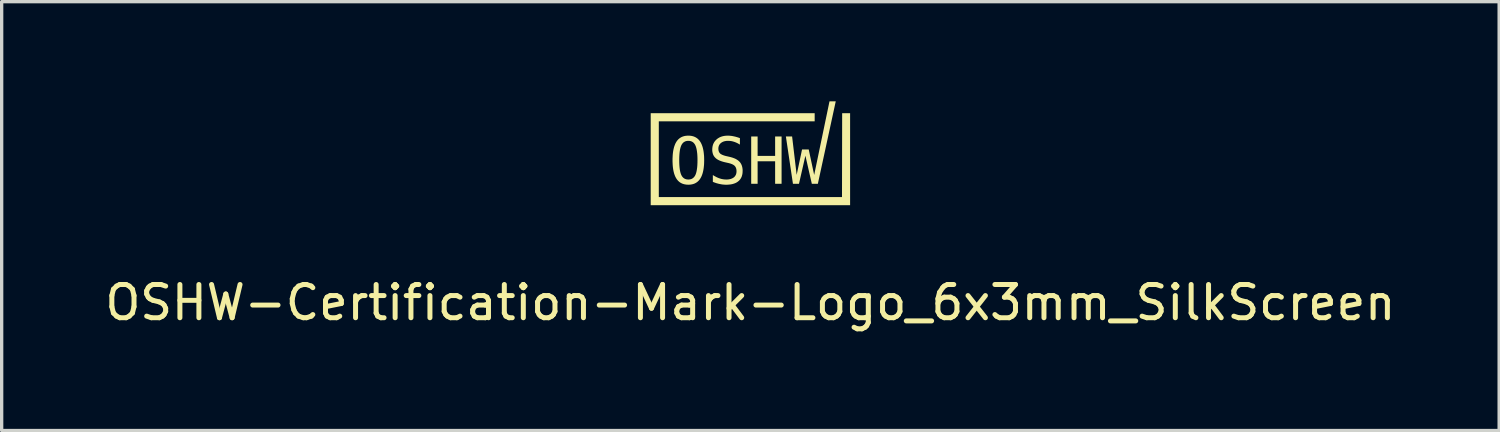
<source format=kicad_pcb>
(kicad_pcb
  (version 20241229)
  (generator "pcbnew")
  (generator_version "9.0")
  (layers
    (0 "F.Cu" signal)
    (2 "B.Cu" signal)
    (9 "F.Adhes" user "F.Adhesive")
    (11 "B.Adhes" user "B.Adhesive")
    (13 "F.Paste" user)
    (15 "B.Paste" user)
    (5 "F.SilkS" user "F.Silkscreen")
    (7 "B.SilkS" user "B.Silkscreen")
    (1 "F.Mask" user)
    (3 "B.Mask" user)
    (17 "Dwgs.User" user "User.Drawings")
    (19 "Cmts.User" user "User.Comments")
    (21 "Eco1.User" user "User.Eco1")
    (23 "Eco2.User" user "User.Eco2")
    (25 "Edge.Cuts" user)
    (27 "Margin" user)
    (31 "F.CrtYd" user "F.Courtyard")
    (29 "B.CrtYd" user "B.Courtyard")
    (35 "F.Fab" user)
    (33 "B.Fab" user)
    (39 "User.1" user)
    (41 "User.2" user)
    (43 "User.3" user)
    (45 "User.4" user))
  (footprint "OSHW-Certification-Mark-Logo_6x3mm_SilkScreen"
    (layer "F.Cu")
    (at 19.53 1.556)
    (property "Reference" "OSHW-Certification-Mark-Logo_6x3mm_SilkScreen" (at 0 4.5 0) (unlocked yes) (layer "F.SilkS") (effects (font (size 1 1) (thickness 0.15))))
    (attr board_only exclude_from_pos_files exclude_from_bom allow_missing_courtyard)
    (fp_poly (pts (xy -1.391 0.214) (xy -1.391 0.214) (xy -1.391 0.214)) (stroke (width 0) (type solid)) (fill yes) (layer "F.SilkS"))
    (fp_poly (pts (xy -0.316 -0.45) (xy -0.316 -0.45) (xy -0.316 -0.45)) (stroke (width 0) (type solid)) (fill yes) (layer "F.SilkS"))
    (fp_poly (pts (xy 3 1.568) (xy -3 1.568) (xy -3 -1.199) (xy -3 -1.199) (xy 1.934 -1.199) (xy 1.934 -0.955) (xy -2.756 -0.955) (xy -2.756 1.324) (xy 2.756 1.324) (xy 2.761 -1.199) (xy 3 -1.199)) (stroke (width 0) (type solid)) (fill yes) (layer "F.SilkS"))
    (fp_poly (pts (xy 0.217 0.085) (xy 0.744 0.085) (xy 0.744 -0.499) (xy 0.938 -0.499) (xy 0.938 0.924) (xy 0.744 0.924) (xy 0.744 0.247) (xy 0.217 0.247) (xy 0.217 0.924) (xy 0.024 0.924) (xy 0.024 -0.499) (xy 0.217 -0.499)) (stroke (width 0) (type solid)) (fill yes) (layer "F.SilkS"))
    (fp_poly (pts (xy 2.03 0.924) (xy 1.848 0.924) (xy 1.655 0.079) (xy 1.462 0.924) (xy 1.28 0.924) (xy 1.068 -0.499) (xy 1.255 -0.499) (xy 1.392 0.656) (xy 1.554 -0.108) (xy 1.755 -0.108) (xy 1.919 0.658) (xy 2.38 -1.556) (xy 2.568 -1.556)) (stroke (width 0) (type solid)) (fill yes) (layer "F.SilkS"))
    (fp_poly (pts (xy -1.838 -0.524) (xy -1.809 -0.521) (xy -1.782 -0.518) (xy -1.755 -0.513) (xy -1.729 -0.506) (xy -1.704 -0.499) (xy -1.681 -0.489) (xy -1.658 -0.479) (xy -1.636 -0.466) (xy -1.615 -0.453) (xy -1.595 -0.438) (xy -1.576 -0.421) (xy -1.558 -0.404) (xy -1.541 -0.384) (xy -1.525 -0.364) (xy -1.509 -0.341) (xy -1.495 -0.318) (xy -1.482 -0.293) (xy -1.469 -0.266) (xy -1.458 -0.238) (xy -1.447 -0.208) (xy -1.437 -0.177) (xy -1.429 -0.145) (xy -1.421 -0.111) (xy -1.414 -0.076) (xy -1.408 -0.039) (xy -1.403 -0.00015) (xy -1.399 0.04) (xy -1.395 0.081) (xy -1.393 0.124) (xy -1.392 0.168) (xy -1.391 0.214) (xy -1.392 0.26) (xy -1.393 0.304) (xy -1.395 0.347) (xy -1.399 0.388) (xy -1.403 0.428) (xy -1.408 0.466) (xy -1.414 0.503) (xy -1.421 0.539) (xy -1.429 0.573) (xy -1.437 0.605) (xy -1.447 0.636) (xy -1.458 0.666) (xy -1.469 0.694) (xy -1.482 0.72) (xy -1.495 0.745) (xy -1.509 0.769) (xy -1.517 0.78) (xy -1.525 0.791) (xy -1.533 0.802) (xy -1.541 0.812) (xy -1.549 0.822) (xy -1.558 0.831) (xy -1.567 0.84) (xy -1.576 0.849) (xy -1.585 0.857) (xy -1.595 0.865) (xy -1.605 0.873) (xy -1.615 0.88) (xy -1.625 0.887) (xy -1.636 0.894) (xy -1.647 0.9) (xy -1.658 0.906) (xy -1.669 0.912) (xy -1.681 0.917) (xy -1.692 0.922) (xy -1.704 0.926) (xy -1.717 0.93) (xy -1.729 0.934) (xy -1.742 0.937) (xy -1.755 0.94) (xy -1.768 0.943) (xy -1.782 0.945) (xy -1.809 0.949) (xy -1.838 0.951) (xy -1.868 0.952) (xy -1.897 0.951) (xy -1.926 0.949) (xy -1.954 0.945) (xy -1.981 0.94) (xy -2.006 0.934) (xy -2.031 0.926) (xy -2.055 0.917) (xy -2.078 0.906) (xy -2.1 0.894) (xy -2.121 0.881) (xy -2.141 0.866) (xy -2.16 0.849) (xy -2.178 0.832) (xy -2.195 0.812) (xy -2.211 0.792) (xy -2.226 0.77) (xy -2.24 0.746) (xy -2.254 0.721) (xy -2.266 0.695) (xy -2.277 0.667) (xy -2.288 0.637) (xy -2.298 0.606) (xy -2.306 0.574) (xy -2.314 0.54) (xy -2.321 0.504) (xy -2.327 0.467) (xy -2.332 0.429) (xy -2.336 0.389) (xy -2.339 0.348) (xy -2.341 0.305) (xy -2.343 0.26) (xy -2.343 0.214) (xy -2.142 0.214) (xy -2.141 0.29) (xy -2.138 0.359) (xy -2.133 0.424) (xy -2.126 0.482) (xy -2.122 0.509) (xy -2.117 0.535) (xy -2.112 0.56) (xy -2.106 0.583) (xy -2.1 0.605) (xy -2.093 0.625) (xy -2.086 0.644) (xy -2.078 0.661) (xy -2.07 0.677) (xy -2.066 0.685) (xy -2.061 0.693) (xy -2.056 0.7) (xy -2.051 0.707) (xy -2.046 0.714) (xy -2.041 0.72) (xy -2.036 0.726) (xy -2.03 0.732) (xy -2.024 0.738) (xy -2.018 0.743) (xy -2.012 0.748) (xy -2.006 0.753) (xy -2 0.758) (xy -1.993 0.762) (xy -1.987 0.766) (xy -1.98 0.77) (xy -1.973 0.773) (xy -1.966 0.777) (xy -1.958 0.78) (xy -1.951 0.782) (xy -1.943 0.785) (xy -1.936 0.787) (xy -1.928 0.789) (xy -1.92 0.791) (xy -1.911 0.792) (xy -1.903 0.793) (xy -1.894 0.794) (xy -1.886 0.795) (xy -1.868 0.796) (xy -1.85 0.795) (xy -1.832 0.793) (xy -1.816 0.791) (xy -1.8 0.787) (xy -1.784 0.783) (xy -1.769 0.777) (xy -1.755 0.77) (xy -1.742 0.762) (xy -1.729 0.753) (xy -1.717 0.743) (xy -1.705 0.732) (xy -1.694 0.72) (xy -1.684 0.707) (xy -1.674 0.693) (xy -1.665 0.678) (xy -1.657 0.662) (xy -1.649 0.645) (xy -1.642 0.626) (xy -1.635 0.605) (xy -1.629 0.584) (xy -1.623 0.561) (xy -1.618 0.536) (xy -1.613 0.51) (xy -1.609 0.483) (xy -1.605 0.454) (xy -1.601 0.424) (xy -1.599 0.393) (xy -1.596 0.36) (xy -1.595 0.325) (xy -1.593 0.29) (xy -1.593 0.253) (xy -1.592 0.214) (xy -1.593 0.139) (xy -1.596 0.069) (xy -1.601 0.004) (xy -1.609 -0.055) (xy -1.613 -0.082) (xy -1.618 -0.108) (xy -1.623 -0.132) (xy -1.629 -0.155) (xy -1.635 -0.177) (xy -1.642 -0.197) (xy -1.649 -0.216) (xy -1.657 -0.234) (xy -1.665 -0.25) (xy -1.67 -0.258) (xy -1.674 -0.265) (xy -1.679 -0.272) (xy -1.684 -0.279) (xy -1.689 -0.286) (xy -1.694 -0.292) (xy -1.7 -0.299) (xy -1.705 -0.305) (xy -1.711 -0.31) (xy -1.717 -0.316) (xy -1.723 -0.321) (xy -1.729 -0.326) (xy -1.735 -0.33) (xy -1.742 -0.334) (xy -1.748 -0.339) (xy -1.755 -0.342) (xy -1.762 -0.346) (xy -1.769 -0.349) (xy -1.777 -0.352) (xy -1.784 -0.355) (xy -1.792 -0.357) (xy -1.8 -0.36) (xy -1.808 -0.362) (xy -1.816 -0.363) (xy -1.824 -0.365) (xy -1.832 -0.366) (xy -1.841 -0.367) (xy -1.85 -0.368) (xy -1.868 -0.368) (xy -1.886 -0.368) (xy -1.903 -0.366) (xy -1.92 -0.363) (xy -1.936 -0.36) (xy -1.951 -0.355) (xy -1.966 -0.349) (xy -1.98 -0.342) (xy -1.993 -0.334) (xy -2.006 -0.326) (xy -2.018 -0.316) (xy -2.03 -0.305) (xy -2.041 -0.292) (xy -2.051 -0.279) (xy -2.061 -0.265) (xy -2.07 -0.25) (xy -2.078 -0.234) (xy -2.086 -0.216) (xy -2.093 -0.197) (xy -2.1 -0.177) (xy -2.106 -0.155) (xy -2.112 -0.132) (xy -2.117 -0.108) (xy -2.122 -0.082) (xy -2.126 -0.055) (xy -2.13 -0.026) (xy -2.133 0.004) (xy -2.136 0.036) (xy -2.138 0.069) (xy -2.14 0.103) (xy -2.141 0.139) (xy -2.142 0.176) (xy -2.142 0.214) (xy -2.343 0.214) (xy -2.343 0.168) (xy -2.341 0.124) (xy -2.339 0.081) (xy -2.336 0.04) (xy -2.332 -0.00015) (xy -2.327 -0.039) (xy -2.321 -0.076) (xy -2.314 -0.111) (xy -2.306 -0.145) (xy -2.298 -0.177) (xy -2.288 -0.208) (xy -2.277 -0.238) (xy -2.266 -0.266) (xy -2.254 -0.293) (xy -2.24 -0.318) (xy -2.226 -0.341) (xy -2.219 -0.353) (xy -2.211 -0.364) (xy -2.203 -0.374) (xy -2.195 -0.384) (xy -2.186 -0.394) (xy -2.178 -0.404) (xy -2.169 -0.413) (xy -2.159 -0.421) (xy -2.15 -0.43) (xy -2.14 -0.438) (xy -2.13 -0.446) (xy -2.12 -0.453) (xy -2.11 -0.46) (xy -2.099 -0.466) (xy -2.089 -0.473) (xy -2.077 -0.479) (xy -2.066 -0.484) (xy -2.055 -0.489) (xy -2.043 -0.494) (xy -2.031 -0.499) (xy -2.018 -0.503) (xy -2.006 -0.506) (xy -1.993 -0.51) (xy -1.98 -0.513) (xy -1.954 -0.518) (xy -1.926 -0.521) (xy -1.897 -0.524) (xy -1.868 -0.524)) (stroke (width 0) (type solid)) (fill yes) (layer "F.SilkS"))
    (fp_poly (pts (xy -0.658 -0.524) (xy -0.638 -0.523) (xy -0.616 -0.521) (xy -0.595 -0.519) (xy -0.573 -0.517) (xy -0.551 -0.513) (xy -0.529 -0.51) (xy -0.507 -0.505) (xy -0.484 -0.5) (xy -0.461 -0.495) (xy -0.437 -0.489) (xy -0.414 -0.482) (xy -0.39 -0.475) (xy -0.365 -0.467) (xy -0.341 -0.459) (xy -0.316 -0.45) (xy -0.316 -0.254) (xy -0.338 -0.268) (xy -0.36 -0.281) (xy -0.382 -0.293) (xy -0.404 -0.304) (xy -0.426 -0.314) (xy -0.448 -0.323) (xy -0.47 -0.332) (xy -0.492 -0.339) (xy -0.514 -0.346) (xy -0.536 -0.352) (xy -0.558 -0.357) (xy -0.58 -0.361) (xy -0.603 -0.364) (xy -0.625 -0.366) (xy -0.647 -0.367) (xy -0.67 -0.368) (xy -0.686 -0.368) (xy -0.703 -0.367) (xy -0.719 -0.366) (xy -0.734 -0.364) (xy -0.749 -0.362) (xy -0.764 -0.359) (xy -0.778 -0.356) (xy -0.792 -0.352) (xy -0.805 -0.348) (xy -0.818 -0.343) (xy -0.83 -0.338) (xy -0.842 -0.332) (xy -0.853 -0.326) (xy -0.864 -0.319) (xy -0.875 -0.312) (xy -0.885 -0.304) (xy -0.895 -0.296) (xy -0.903 -0.288) (xy -0.912 -0.279) (xy -0.92 -0.27) (xy -0.927 -0.26) (xy -0.933 -0.25) (xy -0.939 -0.24) (xy -0.944 -0.23) (xy -0.949 -0.219) (xy -0.953 -0.208) (xy -0.956 -0.196) (xy -0.959 -0.184) (xy -0.961 -0.172) (xy -0.963 -0.16) (xy -0.964 -0.147) (xy -0.964 -0.133) (xy -0.964 -0.122) (xy -0.963 -0.11) (xy -0.962 -0.1) (xy -0.961 -0.089) (xy -0.959 -0.079) (xy -0.957 -0.069) (xy -0.954 -0.059) (xy -0.951 -0.05) (xy -0.948 -0.041) (xy -0.944 -0.033) (xy -0.94 -0.025) (xy -0.935 -0.017) (xy -0.93 -0.01) (xy -0.925 -0.003) (xy -0.919 0.004) (xy -0.913 0.011) (xy -0.906 0.017) (xy -0.898 0.023) (xy -0.89 0.029) (xy -0.881 0.034) (xy -0.871 0.04) (xy -0.861 0.045) (xy -0.85 0.051) (xy -0.838 0.056) (xy -0.825 0.061) (xy -0.812 0.066) (xy -0.798 0.071) (xy -0.784 0.076) (xy -0.768 0.08) (xy -0.752 0.085) (xy -0.736 0.089) (xy -0.718 0.093) (xy -0.617 0.116) (xy -0.593 0.122) (xy -0.569 0.129) (xy -0.546 0.136) (xy -0.524 0.143) (xy -0.503 0.151) (xy -0.482 0.159) (xy -0.463 0.167) (xy -0.444 0.176) (xy -0.426 0.186) (xy -0.409 0.196) (xy -0.393 0.206) (xy -0.378 0.216) (xy -0.364 0.227) (xy -0.35 0.239) (xy -0.337 0.251) (xy -0.326 0.263) (xy -0.314 0.276) (xy -0.304 0.289) (xy -0.294 0.303) (xy -0.286 0.318) (xy -0.277 0.333) (xy -0.27 0.348) (xy -0.263 0.364) (xy -0.257 0.381) (xy -0.252 0.399) (xy -0.247 0.416) (xy -0.243 0.435) (xy -0.24 0.454) (xy -0.237 0.473) (xy -0.235 0.494) (xy -0.234 0.514) (xy -0.234 0.536) (xy -0.235 0.561) (xy -0.236 0.585) (xy -0.238 0.608) (xy -0.242 0.631) (xy -0.246 0.653) (xy -0.252 0.674) (xy -0.258 0.695) (xy -0.265 0.715) (xy -0.274 0.734) (xy -0.283 0.752) (xy -0.293 0.769) (xy -0.305 0.786) (xy -0.317 0.802) (xy -0.33 0.817) (xy -0.345 0.832) (xy -0.36 0.845) (xy -0.376 0.858) (xy -0.393 0.87) (xy -0.411 0.882) (xy -0.43 0.892) (xy -0.45 0.902) (xy -0.47 0.91) (xy -0.492 0.918) (xy -0.514 0.925) (xy -0.538 0.932) (xy -0.562 0.937) (xy -0.587 0.942) (xy -0.613 0.945) (xy -0.64 0.948) (xy -0.668 0.95) (xy -0.696 0.952) (xy -0.726 0.952) (xy -0.751 0.952) (xy -0.776 0.951) (xy -0.801 0.949) (xy -0.826 0.947) (xy -0.851 0.944) (xy -0.876 0.94) (xy -0.902 0.935) (xy -0.927 0.93) (xy -0.952 0.925) (xy -0.977 0.918) (xy -1.003 0.911) (xy -1.028 0.904) (xy -1.054 0.895) (xy -1.079 0.886) (xy -1.104 0.877) (xy -1.13 0.866) (xy -1.13 0.661) (xy -1.103 0.678) (xy -1.076 0.694) (xy -1.049 0.708) (xy -1.023 0.722) (xy -0.998 0.734) (xy -0.972 0.745) (xy -0.948 0.755) (xy -0.923 0.763) (xy -0.899 0.771) (xy -0.874 0.778) (xy -0.849 0.783) (xy -0.825 0.788) (xy -0.8 0.791) (xy -0.775 0.794) (xy -0.751 0.795) (xy -0.726 0.796) (xy -0.708 0.796) (xy -0.69 0.795) (xy -0.673 0.794) (xy -0.657 0.792) (xy -0.641 0.789) (xy -0.626 0.787) (xy -0.611 0.783) (xy -0.596 0.78) (xy -0.582 0.775) (xy -0.569 0.77) (xy -0.556 0.765) (xy -0.544 0.759) (xy -0.532 0.753) (xy -0.52 0.746) (xy -0.509 0.739) (xy -0.499 0.731) (xy -0.489 0.723) (xy -0.48 0.714) (xy -0.471 0.705) (xy -0.464 0.695) (xy -0.456 0.685) (xy -0.45 0.674) (xy -0.444 0.664) (xy -0.438 0.652) (xy -0.433 0.641) (xy -0.429 0.629) (xy -0.426 0.616) (xy -0.423 0.603) (xy -0.421 0.59) (xy -0.419 0.577) (xy -0.418 0.562) (xy -0.418 0.548) (xy -0.418 0.535) (xy -0.419 0.522) (xy -0.42 0.51) (xy -0.421 0.498) (xy -0.423 0.486) (xy -0.426 0.475) (xy -0.429 0.464) (xy -0.432 0.454) (xy -0.436 0.444) (xy -0.44 0.434) (xy -0.445 0.425) (xy -0.45 0.416) (xy -0.455 0.408) (xy -0.461 0.4) (xy -0.467 0.392) (xy -0.474 0.385) (xy -0.481 0.378) (xy -0.489 0.371) (xy -0.498 0.365) (xy -0.507 0.359) (xy -0.517 0.352) (xy -0.527 0.347) (xy -0.538 0.341) (xy -0.55 0.335) (xy -0.563 0.33) (xy -0.576 0.325) (xy -0.589 0.32) (xy -0.604 0.315) (xy -0.619 0.311) (xy -0.634 0.306) (xy -0.651 0.302) (xy -0.668 0.298) (xy -0.771 0.275) (xy -0.795 0.269) (xy -0.818 0.263) (xy -0.841 0.256) (xy -0.863 0.249) (xy -0.884 0.242) (xy -0.904 0.234) (xy -0.923 0.227) (xy -0.942 0.218) (xy -0.959 0.21) (xy -0.976 0.201) (xy -0.992 0.191) (xy -1.007 0.182) (xy -1.021 0.172) (xy -1.034 0.161) (xy -1.047 0.15) (xy -1.058 0.139) (xy -1.069 0.128) (xy -1.079 0.116) (xy -1.089 0.103) (xy -1.098 0.09) (xy -1.106 0.077) (xy -1.113 0.063) (xy -1.12 0.048) (xy -1.126 0.033) (xy -1.131 0.018) (xy -1.135 0.002) (xy -1.139 -0.015) (xy -1.142 -0.031) (xy -1.145 -0.049) (xy -1.147 -0.067) (xy -1.148 -0.085) (xy -1.148 -0.104) (xy -1.147 -0.127) (xy -1.146 -0.15) (xy -1.143 -0.173) (xy -1.14 -0.194) (xy -1.135 -0.216) (xy -1.13 -0.236) (xy -1.124 -0.256) (xy -1.116 -0.275) (xy -1.108 -0.294) (xy -1.098 -0.312) (xy -1.088 -0.33) (xy -1.076 -0.347) (xy -1.064 -0.363) (xy -1.05 -0.379) (xy -1.036 -0.394) (xy -1.02 -0.409) (xy -1.004 -0.423) (xy -0.987 -0.436) (xy -0.969 -0.448) (xy -0.951 -0.459) (xy -0.932 -0.47) (xy -0.912 -0.479) (xy -0.892 -0.488) (xy -0.871 -0.495) (xy -0.849 -0.502) (xy -0.827 -0.508) (xy -0.804 -0.513) (xy -0.78 -0.517) (xy -0.756 -0.52) (xy -0.731 -0.522) (xy -0.705 -0.524) (xy -0.679 -0.524)) (stroke (width 0) (type solid)) (fill yes) (layer "F.SilkS")))
  (gr_rect
    (start -3 -3)
    (end 42.06 9.904)
    (stroke (width 0.1) (type default))
    (fill no)
    (layer "Edge.Cuts")))
</source>
